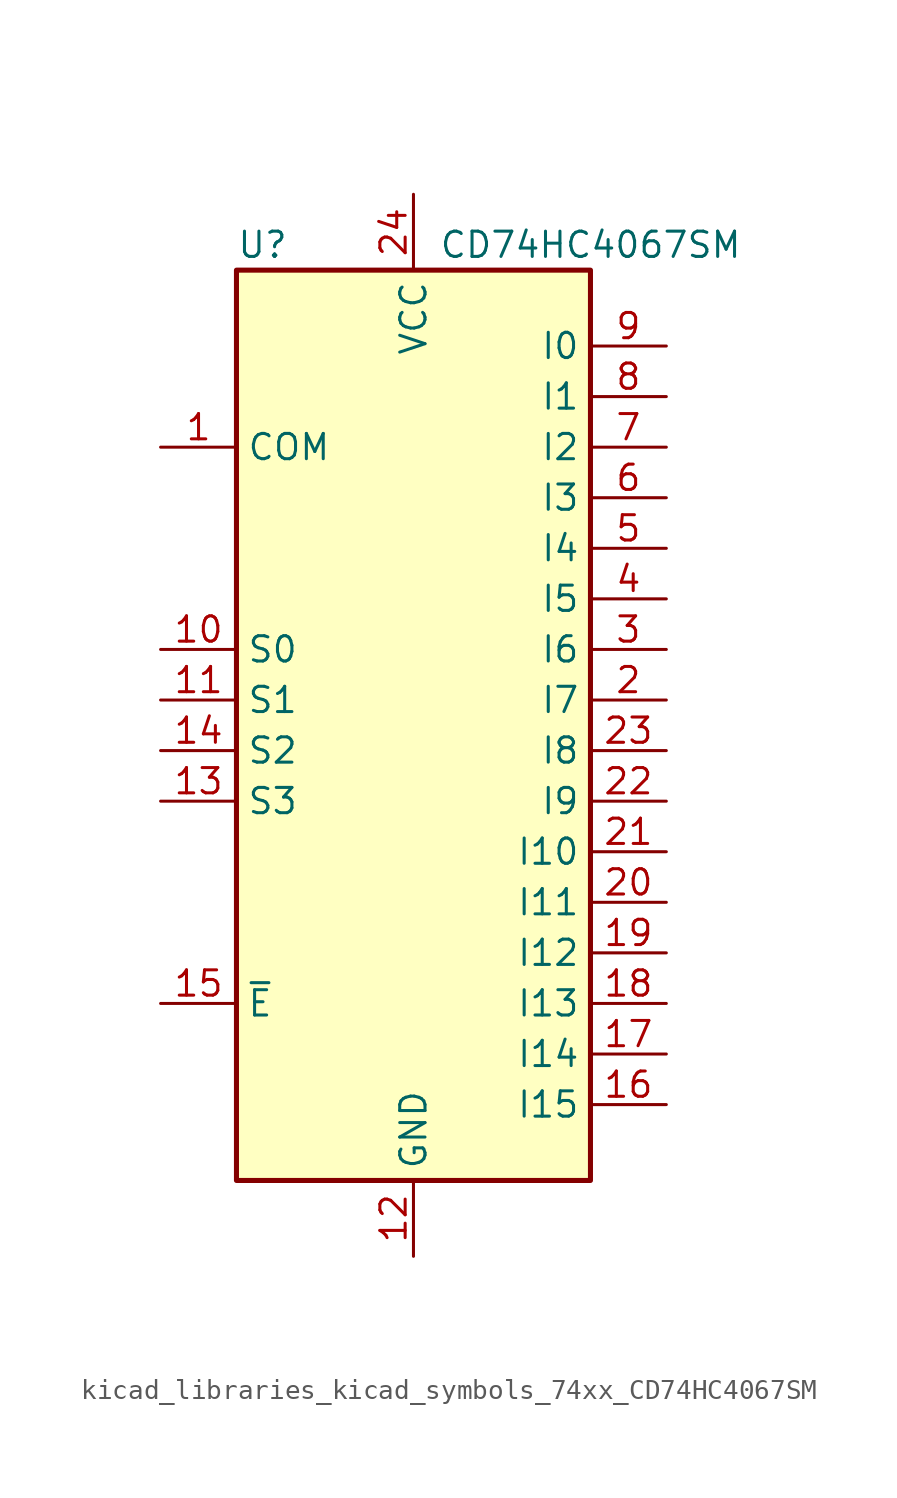
<source format=kicad_sym>
(kicad_symbol_lib
  (version 20220914)
  (generator kicad_symbol_editor)
  (symbol "kicad_libraries_kicad_symbols_74xx_CD74HC4067SM"
    (property "Reference" "U"
      (at -8.89 22.86 0)
      (effects (font (size 1.27 1.27)) (justify left)))
    (property "Value" "CD74HC4067SM"
      (at 1.27 22.86 0)
      (effects (font (size 1.27 1.27)) (justify left)))
    (symbol "kicad_libraries_kicad_symbols_74xx_CD74HC4067SM_0_1"
      (rectangle (start -8.89 21.59) (end 8.89 -24.13) (stroke (width 0.254) (type default)) (fill (type background))))
    (symbol "kicad_libraries_kicad_symbols_74xx_CD74HC4067SM_1_1"
      (pin passive line (at -12.7 12.7 0) (length 3.81) (name "COM" (effects (font (size 1.27 1.27)))) (number "1" (effects (font (size 1.27 1.27)))))
      (pin input line (at -12.7 2.54 0) (length 3.81) (name "S0" (effects (font (size 1.27 1.27)))) (number "10" (effects (font (size 1.27 1.27)))))
      (pin input line (at -12.7 0 0) (length 3.81) (name "S1" (effects (font (size 1.27 1.27)))) (number "11" (effects (font (size 1.27 1.27)))))
      (pin power_in line (at 0 -27.94 90) (length 3.81) (name "GND" (effects (font (size 1.27 1.27)))) (number "12" (effects (font (size 1.27 1.27)))))
      (pin input line (at -12.7 -5.08 0) (length 3.81) (name "S3" (effects (font (size 1.27 1.27)))) (number "13" (effects (font (size 1.27 1.27)))))
      (pin input line (at -12.7 -2.54 0) (length 3.81) (name "S2" (effects (font (size 1.27 1.27)))) (number "14" (effects (font (size 1.27 1.27)))))
      (pin input line (at -12.7 -15.24 0) (length 3.81) (name "~{E}" (effects (font (size 1.27 1.27)))) (number "15" (effects (font (size 1.27 1.27)))))
      (pin passive line (at 12.7 -20.32 180) (length 3.81) (name "I15" (effects (font (size 1.27 1.27)))) (number "16" (effects (font (size 1.27 1.27)))))
      (pin passive line (at 12.7 -17.78 180) (length 3.81) (name "I14" (effects (font (size 1.27 1.27)))) (number "17" (effects (font (size 1.27 1.27)))))
      (pin passive line (at 12.7 -15.24 180) (length 3.81) (name "I13" (effects (font (size 1.27 1.27)))) (number "18" (effects (font (size 1.27 1.27)))))
      (pin passive line (at 12.7 -12.7 180) (length 3.81) (name "I12" (effects (font (size 1.27 1.27)))) (number "19" (effects (font (size 1.27 1.27)))))
      (pin passive line (at 12.7 0 180) (length 3.81) (name "I7" (effects (font (size 1.27 1.27)))) (number "2" (effects (font (size 1.27 1.27)))))
      (pin passive line (at 12.7 -10.16 180) (length 3.81) (name "I11" (effects (font (size 1.27 1.27)))) (number "20" (effects (font (size 1.27 1.27)))))
      (pin passive line (at 12.7 -7.62 180) (length 3.81) (name "I10" (effects (font (size 1.27 1.27)))) (number "21" (effects (font (size 1.27 1.27)))))
      (pin passive line (at 12.7 -5.08 180) (length 3.81) (name "I9" (effects (font (size 1.27 1.27)))) (number "22" (effects (font (size 1.27 1.27)))))
      (pin passive line (at 12.7 -2.54 180) (length 3.81) (name "I8" (effects (font (size 1.27 1.27)))) (number "23" (effects (font (size 1.27 1.27)))))
      (pin power_in line (at 0 25.4 270) (length 3.81) (name "VCC" (effects (font (size 1.27 1.27)))) (number "24" (effects (font (size 1.27 1.27)))))
      (pin passive line (at 12.7 2.54 180) (length 3.81) (name "I6" (effects (font (size 1.27 1.27)))) (number "3" (effects (font (size 1.27 1.27)))))
      (pin passive line (at 12.7 5.08 180) (length 3.81) (name "I5" (effects (font (size 1.27 1.27)))) (number "4" (effects (font (size 1.27 1.27)))))
      (pin passive line (at 12.7 7.62 180) (length 3.81) (name "I4" (effects (font (size 1.27 1.27)))) (number "5" (effects (font (size 1.27 1.27)))))
      (pin passive line (at 12.7 10.16 180) (length 3.81) (name "I3" (effects (font (size 1.27 1.27)))) (number "6" (effects (font (size 1.27 1.27)))))
      (pin passive line (at 12.7 12.7 180) (length 3.81) (name "I2" (effects (font (size 1.27 1.27)))) (number "7" (effects (font (size 1.27 1.27)))))
      (pin passive line (at 12.7 15.24 180) (length 3.81) (name "I1" (effects (font (size 1.27 1.27)))) (number "8" (effects (font (size 1.27 1.27)))))
      (pin passive line (at 12.7 17.78 180) (length 3.81) (name "I0" (effects (font (size 1.27 1.27)))) (number "9" (effects (font (size 1.27 1.27))))))))
</source>
